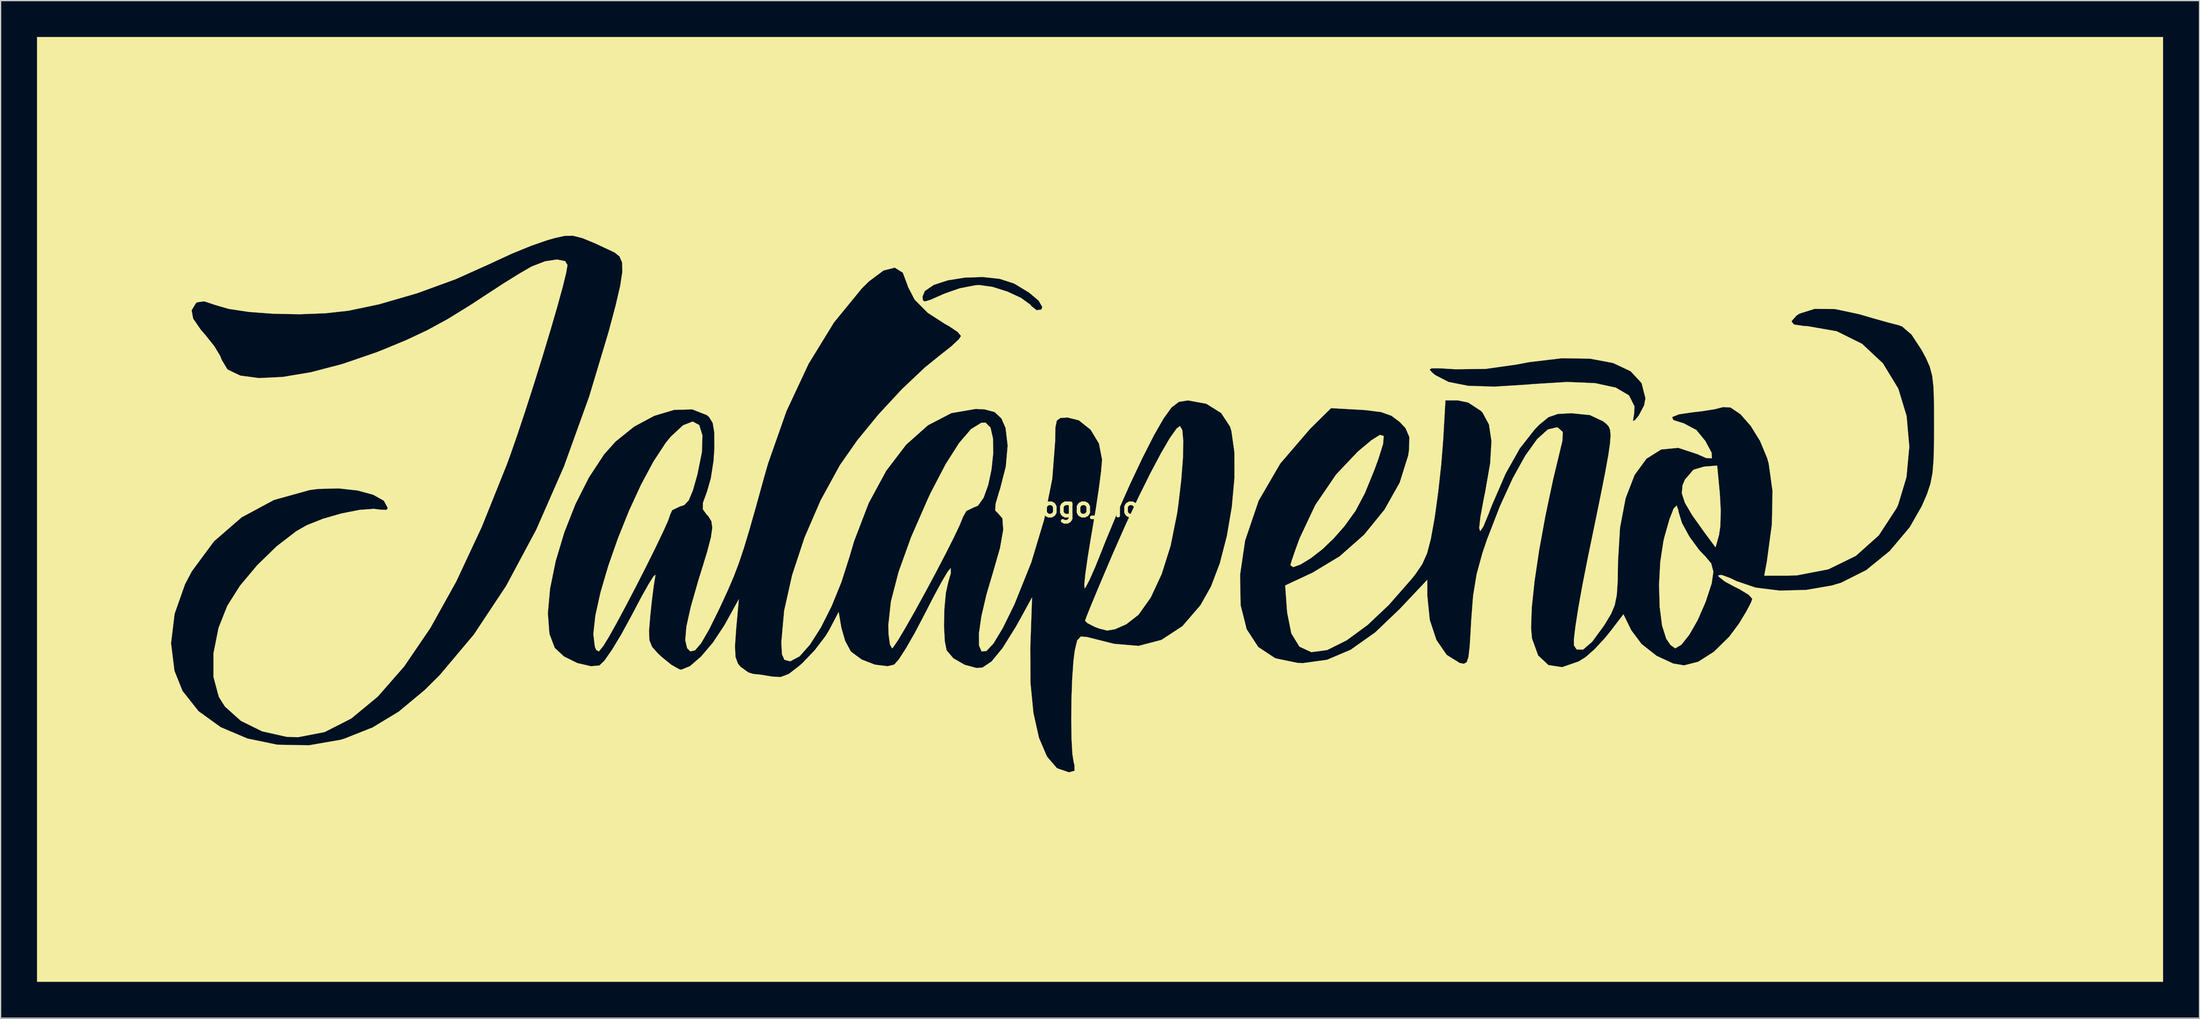
<source format=kicad_pcb>
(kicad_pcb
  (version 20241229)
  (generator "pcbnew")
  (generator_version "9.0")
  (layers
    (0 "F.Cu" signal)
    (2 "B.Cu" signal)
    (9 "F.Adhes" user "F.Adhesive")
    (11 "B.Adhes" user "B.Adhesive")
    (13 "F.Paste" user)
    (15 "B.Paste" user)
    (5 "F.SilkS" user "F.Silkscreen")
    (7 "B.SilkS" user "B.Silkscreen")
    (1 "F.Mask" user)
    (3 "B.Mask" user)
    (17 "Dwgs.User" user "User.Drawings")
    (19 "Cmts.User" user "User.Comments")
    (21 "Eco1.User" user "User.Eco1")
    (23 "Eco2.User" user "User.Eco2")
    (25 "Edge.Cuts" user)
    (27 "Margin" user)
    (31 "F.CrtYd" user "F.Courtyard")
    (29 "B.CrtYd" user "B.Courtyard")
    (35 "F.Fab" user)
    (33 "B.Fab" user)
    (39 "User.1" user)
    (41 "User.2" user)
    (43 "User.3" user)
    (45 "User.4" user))
  (footprint "logo_nom"
    (layer "F.Cu")
    (at 87.494 38.811)
    (property "Reference" "logo_nom" (at 0 0 0) (layer "F.SilkS") (effects (font (size 1.524 1.524) (thickness 0.3))))
    (attr through_hole)
    (fp_poly (pts (xy 51.291 -1.102) (xy 51.364 0.285) (xy 51.331 1.538) (xy 51.225 2.271) (xy 50.937 3.308) (xy 50.037 2.095) (xy 49.016 0.663) (xy 48.406 -0.374) (xy 48.156 -1.154) (xy 48.213 -1.814) (xy 48.412 -2.283) (xy 49.111 -3.096) (xy 50 -3.355) (xy 51.07 -3.439) (xy 51.291 -1.102)) (stroke (width 0.01) (type solid)) (fill yes) (layer "F.SilkS"))
    (fp_poly (pts (xy 23.57 -5.883) (xy 23.519 -5.234) (xy 23.132 -3.992) (xy 22.78 -3.034) (xy 22.014 -1.16) (xy 21.248 0.287) (xy 20.328 1.565) (xy 19.428 2.587) (xy 18.514 3.46) (xy 17.56 4.201) (xy 16.709 4.723) (xy 16.101 4.941) (xy 15.875 4.776) (xy 15.988 4.384) (xy 16.282 3.53) (xy 16.631 2.571) (xy 17.925 -0.178) (xy 19.639 -2.698) (xy 21.427 -4.587) (xy 22.551 -5.528) (xy 23.256 -5.971) (xy 23.57 -5.883)) (stroke (width 0.01) (type solid)) (fill yes) (layer "F.SilkS"))
    (fp_poly (pts (xy 47.873 0.265) (xy 47.882 0.37) (xy 48.162 1.291) (xy 48.784 2.435) (xy 49.588 3.531) (xy 50.083 4.047) (xy 50.578 4.634) (xy 50.756 5.323) (xy 50.616 6.284) (xy 50.158 7.685) (xy 50.08 7.895) (xy 49.461 9.313) (xy 48.778 10.51) (xy 48.128 11.335) (xy 47.612 11.642) (xy 47.225 11.366) (xy 46.87 10.848) (xy 46.527 9.768) (xy 46.328 8.211) (xy 46.277 6.391) (xy 46.377 4.521) (xy 46.634 2.816) (xy 46.717 2.464) (xy 47.138 0.983) (xy 47.482 0.103) (xy 47.732 -0.146) (xy 47.873 0.265)) (stroke (width 0.01) (type solid)) (fill yes) (layer "F.SilkS"))
    (fp_poly (pts (xy 6.959 -6.373) (xy 7.04 -5.456) (xy 7.011 -4.06) (xy 6.876 -2.294) (xy 6.639 -0.267) (xy 6.526 0.529) (xy 5.995 3.174) (xy 5.257 5.515) (xy 4.357 7.449) (xy 3.343 8.875) (xy 2.329 9.661) (xy 1.4 10.066) (xy 0.767 10.173) (xy 0.1 10.009) (xy -0.265 9.867) (xy -0.873 9.555) (xy -1.058 9.359) (xy -0.926 8.988) (xy -0.56 8.08) (xy -0.007 6.748) (xy 0.688 5.102) (xy 1.248 3.792) (xy 2.288 1.435) (xy 3.323 -0.782) (xy 4.307 -2.77) (xy 5.193 -4.443) (xy 5.934 -5.713) (xy 6.487 -6.492) (xy 6.766 -6.703) (xy 6.959 -6.373)) (stroke (width 0.01) (type solid)) (fill yes) (layer "F.SilkS"))
    (fp_poly (pts (xy -8.859 -6.578) (xy -8.655 -5.683) (xy -8.634 -4.477) (xy -8.772 -3.141) (xy -9.045 -1.851) (xy -9.427 -0.788) (xy -9.895 -0.128) (xy -10.22 0) (xy -10.854 0.31) (xy -11.125 0.794) (xy -11.396 1.466) (xy -11.914 2.556) (xy -12.613 3.94) (xy -13.427 5.498) (xy -14.288 7.104) (xy -15.131 8.636) (xy -15.89 9.971) (xy -16.497 10.987) (xy -16.887 11.56) (xy -16.981 11.642) (xy -17.15 11.323) (xy -17.26 10.503) (xy -17.286 9.742) (xy -17.07 7.778) (xy -16.437 5.332) (xy -15.408 2.472) (xy -14.007 -0.731) (xy -13.755 -1.259) (xy -12.554 -3.563) (xy -11.445 -5.306) (xy -10.457 -6.454) (xy -9.616 -6.972) (xy -9.269 -6.986) (xy -8.859 -6.578)) (stroke (width 0.01) (type solid)) (fill yes) (layer "F.SilkS"))
    (fp_poly (pts (xy -32.878 -6.784) (xy -32.616 -5.929) (xy -32.66 -4.548) (xy -33.029 -2.711) (xy -33.412 -1.368) (xy -33.746 -0.574) (xy -34.111 -0.183) (xy -34.484 -0.064) (xy -35.109 0.238) (xy -35.278 0.608) (xy -35.434 1.071) (xy -35.86 2.024) (xy -36.489 3.337) (xy -37.254 4.879) (xy -38.089 6.52) (xy -38.928 8.13) (xy -39.705 9.577) (xy -40.352 10.732) (xy -40.786 11.438) (xy -41.156 11.897) (xy -41.371 11.774) (xy -41.486 11.504) (xy -41.612 10.458) (xy -41.441 8.92) (xy -41.017 7.011) (xy -40.385 4.856) (xy -39.588 2.577) (xy -38.672 0.298) (xy -37.68 -1.857) (xy -36.658 -3.765) (xy -35.65 -5.302) (xy -35.237 -5.813) (xy -34.215 -6.764) (xy -33.42 -7.075) (xy -32.878 -6.784)) (stroke (width 0.01) (type solid)) (fill yes) (layer "F.SilkS"))
    (fp_poly (pts (xy 87.842 39.158) (xy -87.489 39.158) (xy -87.489 11.224) (xy -76.439 11.224) (xy -76.158 13.497) (xy -75.494 15.156) (xy -74.171 16.829) (xy -72.341 18.152) (xy -70.132 19.086) (xy -67.668 19.596) (xy -65.076 19.644) (xy -62.482 19.194) (xy -62.121 19.087) (xy -59.816 18.171) (xy -57.665 16.869) (xy -55.51 15.074) (xy -54.274 13.847) (xy -51.463 10.504) (xy -50.302 8.752) (xy -45.364 8.752) (xy -45.236 10.441) (xy -44.795 11.609) (xy -44.03 12.315) (xy -42.932 12.858) (xy -41.803 13.12) (xy -41.107 13.056) (xy -40.702 12.665) (xy -40.07 11.76) (xy -39.289 10.464) (xy -38.438 8.9) (xy -38.384 8.796) (xy -37.635 7.379) (xy -37.035 6.313) (xy -36.635 5.684) (xy -36.486 5.577) (xy -36.495 5.644) (xy -36.627 6.452) (xy -36.784 7.68) (xy -36.913 8.896) (xy -37.019 10.168) (xy -36.992 10.966) (xy -36.77 11.519) (xy -36.293 12.055) (xy -35.996 12.336) (xy -35.191 12.991) (xy -34.529 13.369) (xy -34.364 13.406) (xy -33.642 13.113) (xy -32.729 12.322) (xy -31.749 11.167) (xy -30.829 9.779) (xy -30.684 9.525) (xy -29.612 7.585) (xy -29.838 10.078) (xy -29.933 11.463) (xy -29.892 12.338) (xy -29.694 12.891) (xy -29.471 13.165) (xy -28.823 13.634) (xy -28.418 13.758) (xy -27.755 13.824) (xy -26.896 13.971) (xy -26.172 14.015) (xy -25.49 13.754) (xy -24.625 13.086) (xy -24.357 12.848) (xy -23.349 11.792) (xy -22.454 10.616) (xy -22.131 10.078) (xy -21.382 8.643) (xy -21.154 9.965) (xy -20.846 11.024) (xy -20.397 11.865) (xy -20.339 11.935) (xy -19.482 12.566) (xy -18.386 12.989) (xy -17.342 13.117) (xy -16.796 12.983) (xy -16.418 12.553) (xy -15.818 11.622) (xy -15.078 10.327) (xy -14.279 8.802) (xy -14.258 8.76) (xy -13.502 7.291) (xy -12.856 6.103) (xy -12.382 5.31) (xy -12.147 5.026) (xy -12.139 5.029) (xy -12.132 5.439) (xy -12.337 6.148) (xy -12.542 7.073) (xy -12.663 8.383) (xy -12.695 9.801) (xy -12.629 11.049) (xy -12.481 11.802) (xy -11.929 12.458) (xy -10.998 12.997) (xy -10.011 13.265) (xy -9.517 13.226) (xy -8.769 12.724) (xy -7.868 11.625) (xy -6.788 9.898) (xy -6.366 9.143) (xy -5.43 7.432) (xy -5.578 11.574) (xy -5.565 14.469) (xy -5.32 16.973) (xy -4.861 19.025) (xy -4.206 20.566) (xy -3.376 21.535) (xy -2.387 21.872) (xy -2.384 21.872) (xy -1.921 21.746) (xy -1.937 21.242) (xy -1.99 21.078) (xy -2.105 20.354) (xy -2.174 19.113) (xy -2.198 17.54) (xy -2.18 15.824) (xy -2.119 14.149) (xy -2.018 12.703) (xy -1.916 11.872) (xy -1.714 10.999) (xy -1.414 10.668) (xy -0.933 10.701) (xy -0.113 10.905) (xy 0.999 11.185) (xy 1.33 11.268) (xy 3.344 11.441) (xy 5.243 10.945) (xy 6.966 9.815) (xy 8.455 8.087) (xy 9.321 6.552) (xy 9.699 5.56) (xy 11.724 5.56) (xy 11.766 8.076) (xy 12.268 10.07) (xy 13.225 11.535) (xy 14.631 12.464) (xy 16.483 12.848) (xy 16.927 12.859) (xy 18.891 12.588) (xy 20.844 11.76) (xy 22.859 10.334) (xy 24.892 8.393) (xy 27.164 5.984) (xy 27.166 7.314) (xy 27.365 9.288) (xy 27.916 10.951) (xy 28.759 12.18) (xy 29.834 12.85) (xy 29.851 12.855) (xy 30.188 12.916) (xy 30.414 12.788) (xy 30.561 12.352) (xy 30.661 11.49) (xy 30.747 10.082) (xy 30.779 9.446) (xy 30.941 7.312) (xy 31.23 5.533) (xy 31.714 3.763) (xy 32.095 2.646) (xy 33.149 -0.074) (xy 34.212 -2.397) (xy 35.249 -4.266) (xy 36.226 -5.626) (xy 37.105 -6.421) (xy 37.853 -6.595) (xy 37.943 -6.568) (xy 38.34 -6.205) (xy 38.302 -5.467) (xy 38.28 -5.377) (xy 37.539 -2.297) (xy 36.902 0.716) (xy 36.385 3.555) (xy 36.006 6.114) (xy 35.779 8.287) (xy 35.721 9.968) (xy 35.797 10.83) (xy 36.304 12.228) (xy 37.152 13.023) (xy 38.284 13.196) (xy 39.641 12.727) (xy 40.217 12.368) (xy 40.959 11.718) (xy 41.831 10.773) (xy 42.219 10.293) (xy 43.34 8.833) (xy 43.983 10.146) (xy 44.833 11.285) (xy 46.072 12.259) (xy 47.438 12.895) (xy 48.337 13.047) (xy 49.507 12.75) (xy 50.801 11.924) (xy 52.062 10.688) (xy 52.866 9.604) (xy 53.465 8.617) (xy 53.864 7.856) (xy 53.966 7.554) (xy 53.669 7.223) (xy 52.932 6.771) (xy 52.555 6.586) (xy 51.702 6.126) (xy 51.205 5.731) (xy 51.153 5.621) (xy 51.428 5.583) (xy 52.13 5.837) (xy 52.652 6.091) (xy 54.247 6.633) (xy 56.248 6.878) (xy 58.42 6.82) (xy 60.528 6.456) (xy 61.299 6.225) (xy 63.361 5.188) (xy 65.3 3.611) (xy 66.946 1.655) (xy 67.936 -0.074) (xy 68.366 -1.061) (xy 68.655 -1.921) (xy 68.831 -2.835) (xy 68.922 -3.985) (xy 68.956 -5.554) (xy 68.961 -6.703) (xy 68.955 -8.562) (xy 68.913 -9.884) (xy 68.807 -10.838) (xy 68.609 -11.59) (xy 68.293 -12.31) (xy 67.937 -12.973) (xy 67.098 -14.254) (xy 66.319 -14.922) (xy 65.997 -15.039) (xy 65.187 -15.246) (xy 63.981 -15.584) (xy 62.794 -15.931) (xy 60.794 -16.359) (xy 59.104 -16.372) (xy 57.842 -15.976) (xy 57.591 -15.8) (xy 57.196 -15.35) (xy 57.392 -15.083) (xy 58.228 -14.957) (xy 58.534 -14.942) (xy 60.928 -14.524) (xy 63.018 -13.486) (xy 64.742 -11.872) (xy 66.008 -9.787) (xy 66.691 -7.532) (xy 66.914 -5.014) (xy 66.682 -2.491) (xy 65.998 -0.218) (xy 65.86 0.079) (xy 64.399 2.317) (xy 62.508 4.009) (xy 60.24 5.12) (xy 57.647 5.619) (xy 56.871 5.644) (xy 54.953 5.644) (xy 55.166 4.498) (xy 55.583 1.401) (xy 55.635 -1.336) (xy 55.321 -3.605) (xy 55.192 -4.064) (xy 54.608 -5.468) (xy 53.836 -6.718) (xy 52.987 -7.683) (xy 52.173 -8.234) (xy 51.558 -8.268) (xy 50.883 -8.094) (xy 49.805 -7.924) (xy 49.124 -7.848) (xy 47.926 -7.673) (xy 47.359 -7.448) (xy 47.447 -7.201) (xy 48.214 -6.956) (xy 48.292 -6.94) (xy 49.354 -6.376) (xy 50.096 -5.466) (xy 50.61 -4.506) (xy 50.636 -4.046) (xy 50.161 -4.061) (xy 49.439 -4.384) (xy 47.856 -4.905) (xy 46.448 -4.769) (xy 45.24 -4.01) (xy 44.256 -2.66) (xy 43.52 -0.752) (xy 43.057 1.682) (xy 42.892 4.453) (xy 42.865 6.104) (xy 42.79 7.248) (xy 42.621 8.083) (xy 42.316 8.806) (xy 41.83 9.617) (xy 41.715 9.795) (xy 40.76 11.098) (xy 40.012 11.745) (xy 39.477 11.731) (xy 39.259 11.396) (xy 39.257 10.879) (xy 39.387 9.79) (xy 39.629 8.25) (xy 39.966 6.378) (xy 40.378 4.291) (xy 40.384 4.259) (xy 41 1.274) (xy 41.484 -1.095) (xy 41.845 -2.926) (xy 42.093 -4.295) (xy 42.235 -5.278) (xy 42.281 -5.953) (xy 42.239 -6.395) (xy 42.117 -6.681) (xy 41.925 -6.888) (xy 41.67 -7.092) (xy 41.663 -7.098) (xy 40.574 -7.608) (xy 39.065 -7.761) (xy 37.935 -7.703) (xy 37.153 -7.433) (xy 36.393 -6.808) (xy 36.017 -6.42) (xy 34.79 -4.853) (xy 33.627 -2.787) (xy 32.476 -0.129) (xy 32.225 0.529) (xy 31.789 1.589) (xy 31.528 1.98) (xy 31.446 1.717) (xy 31.543 0.815) (xy 31.824 -0.712) (xy 31.933 -1.235) (xy 32.35 -3.629) (xy 32.457 -5.47) (xy 32.25 -6.836) (xy 31.723 -7.81) (xy 31.59 -7.954) (xy 30.539 -8.643) (xy 29.691 -8.819) (xy 28.659 -8.819) (xy 28.473 -5.556) (xy 28.316 -3.579) (xy 28.073 -1.345) (xy 27.793 0.711) (xy 27.747 0.995) (xy 27.45 2.638) (xy 27.146 3.795) (xy 26.753 4.683) (xy 26.187 5.518) (xy 25.874 5.911) (xy 23.989 8.062) (xy 22.253 9.704) (xy 20.525 10.972) (xy 20.515 10.978) (xy 18.902 11.783) (xy 17.601 11.956) (xy 16.617 11.498) (xy 15.952 10.411) (xy 15.609 8.697) (xy 15.593 8.505) (xy 15.445 6.453) (xy 17.707 5.394) (xy 19.934 4.052) (xy 21.948 2.271) (xy 23.637 0.194) (xy 24.889 -2.036) (xy 25.592 -4.277) (xy 25.663 -4.763) (xy 25.683 -5.803) (xy 25.368 -6.532) (xy 24.887 -7.045) (xy 24.202 -7.554) (xy 23.355 -7.854) (xy 22.114 -8.014) (xy 21.59 -8.048) (xy 19.226 -8.18) (xy 17.496 -6.471) (xy 15.039 -3.611) (xy 13.255 -0.544) (xy 12.14 2.739) (xy 11.724 5.56) (xy 9.699 5.56) (xy 10.053 4.629) (xy 10.636 2.373) (xy 11.045 -0.032) (xy 11.26 -2.397) (xy 11.258 -4.537) (xy 11.016 -6.265) (xy 10.898 -6.661) (xy 10.156 -7.785) (xy 8.938 -8.543) (xy 7.43 -8.819) (xy 6.683 -8.701) (xy 6.072 -8.24) (xy 5.41 -7.32) (xy 4.623 -5.945) (xy 3.672 -4.074) (xy 2.633 -1.874) (xy 1.586 0.488) (xy 0.608 2.846) (xy 0.309 3.607) (xy -0.229 4.943) (xy -0.691 5.989) (xy -1.01 6.598) (xy -1.1 6.694) (xy -1.122 6.372) (xy -1.031 5.482) (xy -0.843 4.151) (xy -0.575 2.505) (xy -0.492 2.028) (xy -0.18 0.172) (xy 0.08 -1.548) (xy 0.262 -2.954) (xy 0.342 -3.867) (xy 0.344 -3.942) (xy 0.086 -5.265) (xy -0.604 -6.405) (xy -1.577 -7.178) (xy -2.501 -7.408) (xy -3.084 -7.374) (xy -3.39 -7.157) (xy -3.508 -6.585) (xy -3.528 -5.485) (xy -3.528 -5.435) (xy -3.764 -2.364) (xy -4.438 1.028) (xy -5.498 4.553) (xy -6.891 8.025) (xy -7.845 9.966) (xy -8.606 11.231) (xy -9.193 11.859) (xy -9.595 11.9) (xy -9.804 11.402) (xy -9.811 10.415) (xy -9.606 8.987) (xy -9.181 7.168) (xy -8.677 5.468) (xy -8.074 3.372) (xy -7.808 1.864) (xy -7.874 0.914) (xy -8.231 0.503) (xy -8.465 0.269) (xy -8.443 -0.265) (xy -8.154 -1.256) (xy -8.066 -1.514) (xy -7.594 -3.355) (xy -7.442 -5.096) (xy -7.615 -6.548) (xy -7.958 -7.33) (xy -8.515 -7.858) (xy -9.359 -8.084) (xy -10.088 -8.114) (xy -12.088 -7.77) (xy -14.012 -6.77) (xy -15.818 -5.165) (xy -17.464 -3.004) (xy -18.907 -0.336) (xy -20.106 2.79) (xy -20.481 4.062) (xy -21.157 6.183) (xy -21.969 8.176) (xy -22.855 9.932) (xy -23.753 11.342) (xy -24.603 12.3) (xy -25.341 12.695) (xy -25.417 12.7) (xy -25.851 12.589) (xy -26.054 12.136) (xy -26.106 11.164) (xy -26.106 11.136) (xy -25.874 8.535) (xy -25.217 5.599) (xy -24.196 2.504) (xy -22.868 -0.569) (xy -21.293 -3.445) (xy -21.25 -3.513) (xy -19.847 -5.521) (xy -18.092 -7.664) (xy -16.169 -9.738) (xy -14.455 -11.36) (xy 27.352 -11.36) (xy 27.571 -11.11) (xy 27.809 -10.914) (xy 28.912 -10.342) (xy 30.522 -10.023) (xy 32.692 -9.953) (xy 35.47 -10.127) (xy 35.807 -10.16) (xy 38.7 -10.34) (xy 41.006 -10.242) (xy 42.71 -9.872) (xy 43.797 -9.233) (xy 44.25 -8.33) (xy 44.215 -7.674) (xy 44.121 -7.125) (xy 44.281 -7.182) (xy 44.6 -7.564) (xy 45.041 -8.396) (xy 45.156 -8.985) (xy 44.839 -10.248) (xy 43.931 -11.227) (xy 42.489 -11.905) (xy 40.573 -12.266) (xy 38.244 -12.296) (xy 35.56 -11.977) (xy 34.572 -11.786) (xy 31.967 -11.418) (xy 29.47 -11.391) (xy 28.198 -11.47) (xy 27.526 -11.47) (xy 27.352 -11.36) (xy -14.455 -11.36) (xy -14.263 -11.542) (xy -12.999 -12.563) (xy -12.09 -13.279) (xy -11.47 -13.86) (xy -11.289 -14.134) (xy -11.574 -14.475) (xy -12.289 -14.953) (xy -12.612 -15.128) (xy -14.046 -16.059) (xy -15.118 -17.14) (xy -15.25 -17.397) (xy -14.464 -17.397) (xy -14.44 -17.075) (xy -14.262 -16.98) (xy -13.776 -17.132) (xy -12.824 -17.553) (xy -12.65 -17.631) (xy -11.395 -18.069) (xy -10.122 -18.316) (xy -9.776 -18.337) (xy -8.696 -18.187) (xy -7.462 -17.797) (xy -6.336 -17.274) (xy -5.578 -16.723) (xy -5.471 -16.586) (xy -5.054 -16.261) (xy -4.664 -16.319) (xy -4.586 -16.526) (xy -4.886 -17.05) (xy -5.682 -17.721) (xy -6.822 -18.412) (xy -6.95 -18.478) (xy -8.101 -18.851) (xy -9.5 -19.002) (xy -10.982 -18.953) (xy -12.381 -18.728) (xy -13.535 -18.352) (xy -14.276 -17.848) (xy -14.464 -17.397) (xy -15.25 -17.397) (xy -15.672 -18.215) (xy -15.688 -18.291) (xy -16.089 -19.36) (xy -16.755 -19.776) (xy -17.685 -19.538) (xy -18.879 -18.645) (xy -19.455 -18.08) (xy -21.765 -15.256) (xy -23.86 -11.841) (xy -25.69 -7.926) (xy -27.207 -3.605) (xy -27.534 -2.467) (xy -28.213 -0.007) (xy -28.757 1.907) (xy -29.212 3.41) (xy -29.624 4.639) (xy -30.039 5.728) (xy -30.503 6.813) (xy -31.063 8.031) (xy -31.203 8.329) (xy -32.063 10.078) (xy -32.723 11.218) (xy -33.225 11.804) (xy -33.613 11.89) (xy -33.875 11.629) (xy -34.031 10.968) (xy -33.936 9.85) (xy -33.576 8.218) (xy -32.944 6.012) (xy -32.763 5.432) (xy -32.23 3.695) (xy -31.913 2.492) (xy -31.8 1.688) (xy -31.875 1.149) (xy -32.127 0.741) (xy -32.274 0.585) (xy -32.579 0.165) (xy -32.575 -0.354) (xy -32.257 -1.233) (xy -32.238 -1.279) (xy -31.923 -2.379) (xy -31.698 -3.815) (xy -31.626 -4.864) (xy -31.635 -6.168) (xy -31.767 -6.965) (xy -32.068 -7.451) (xy -32.258 -7.611) (xy -33.455 -8.078) (xy -34.944 -8.039) (xy -36.588 -7.548) (xy -38.248 -6.658) (xy -39.785 -5.422) (xy -40.723 -4.368) (xy -41.979 -2.457) (xy -43.086 -0.267) (xy -44.009 2.075) (xy -44.718 4.442) (xy -45.181 6.71) (xy -45.364 8.752) (xy -50.302 8.752) (xy -48.81 6.502) (xy -46.33 1.873) (xy -44.039 -3.349) (xy -41.954 -9.133) (xy -40.363 -14.436) (xy -39.776 -16.638) (xy -39.397 -18.266) (xy -39.22 -19.42) (xy -39.24 -20.197) (xy -39.449 -20.696) (xy -39.842 -21.016) (xy -39.952 -21.071) (xy -41.45 -21.773) (xy -42.495 -22.206) (xy -43.273 -22.404) (xy -43.967 -22.4) (xy -44.764 -22.226) (xy -45.408 -22.042) (xy -46.72 -21.588) (xy -48.328 -20.93) (xy -49.907 -20.202) (xy -50.071 -20.121) (xy -52.974 -18.818) (xy -56.144 -17.662) (xy -59.293 -16.747) (xy -61.818 -16.218) (xy -63.707 -16.01) (xy -65.829 -15.93) (xy -67.995 -15.969) (xy -70.011 -16.119) (xy -71.687 -16.372) (xy -72.723 -16.673) (xy -73.71 -16.995) (xy -74.292 -16.916) (xy -74.399 -16.829) (xy -74.743 -16.253) (xy -74.617 -15.569) (xy -73.981 -14.644) (xy -73.595 -14.2) (xy -72.869 -13.289) (xy -72.376 -12.474) (xy -72.269 -12.18) (xy -71.781 -11.369) (xy -70.729 -10.865) (xy -69.187 -10.661) (xy -67.224 -10.755) (xy -64.913 -11.141) (xy -62.324 -11.816) (xy -59.53 -12.776) (xy -59.09 -12.947) (xy -57.06 -13.786) (xy -55.314 -14.607) (xy -53.621 -15.531) (xy -51.755 -16.682) (xy -50.271 -17.655) (xy -48.962 -18.506) (xy -47.73 -19.271) (xy -46.804 -19.81) (xy -46.672 -19.88) (xy -45.591 -20.298) (xy -44.619 -20.445) (xy -43.943 -20.314) (xy -43.744 -19.992) (xy -43.851 -19.349) (xy -44.146 -18.155) (xy -44.594 -16.526) (xy -45.16 -14.579) (xy -45.807 -12.433) (xy -46.501 -10.203) (xy -47.206 -8.008) (xy -47.886 -5.964) (xy -48.505 -4.188) (xy -48.748 -3.528) (xy -50.817 1.628) (xy -52.92 6.128) (xy -55.054 9.965) (xy -57.211 13.133) (xy -59.387 15.624) (xy -61.577 17.433) (xy -63.774 18.552) (xy -65.974 18.975) (xy -66.91 18.942) (xy -68.93 18.489) (xy -70.677 17.626) (xy -71.992 16.447) (xy -72.494 15.653) (xy -72.936 14.011) (xy -72.937 12.039) (xy -72.518 9.944) (xy -71.796 8.126) (xy -70.758 6.486) (xy -69.335 4.784) (xy -67.721 3.215) (xy -66.108 1.975) (xy -65.252 1.485) (xy -63.897 0.946) (xy -62.373 0.508) (xy -60.904 0.22) (xy -59.715 0.129) (xy -59.202 0.197) (xy -58.678 0.221) (xy -58.561 0.067) (xy -58.887 -0.541) (xy -59.769 -1.037) (xy -61.061 -1.387) (xy -62.616 -1.557) (xy -64.29 -1.515) (xy -64.994 -1.425) (xy -67.953 -0.603) (xy -70.614 0.829) (xy -72.898 2.81) (xy -74.723 5.28) (xy -75.287 6.35) (xy -76.147 8.796) (xy -76.439 11.224) (xy -87.489 11.224) (xy -87.489 -38.806) (xy 87.842 -38.806) (xy 87.842 39.158)) (stroke (width 0.01) (type solid)) (fill yes) (layer "F.SilkS")))
  (gr_rect
    (start -3 -3)
    (end 178.341 80.974)
    (stroke (width 0.1) (type default))
    (fill no)
    (layer "Edge.Cuts")))
</source>
